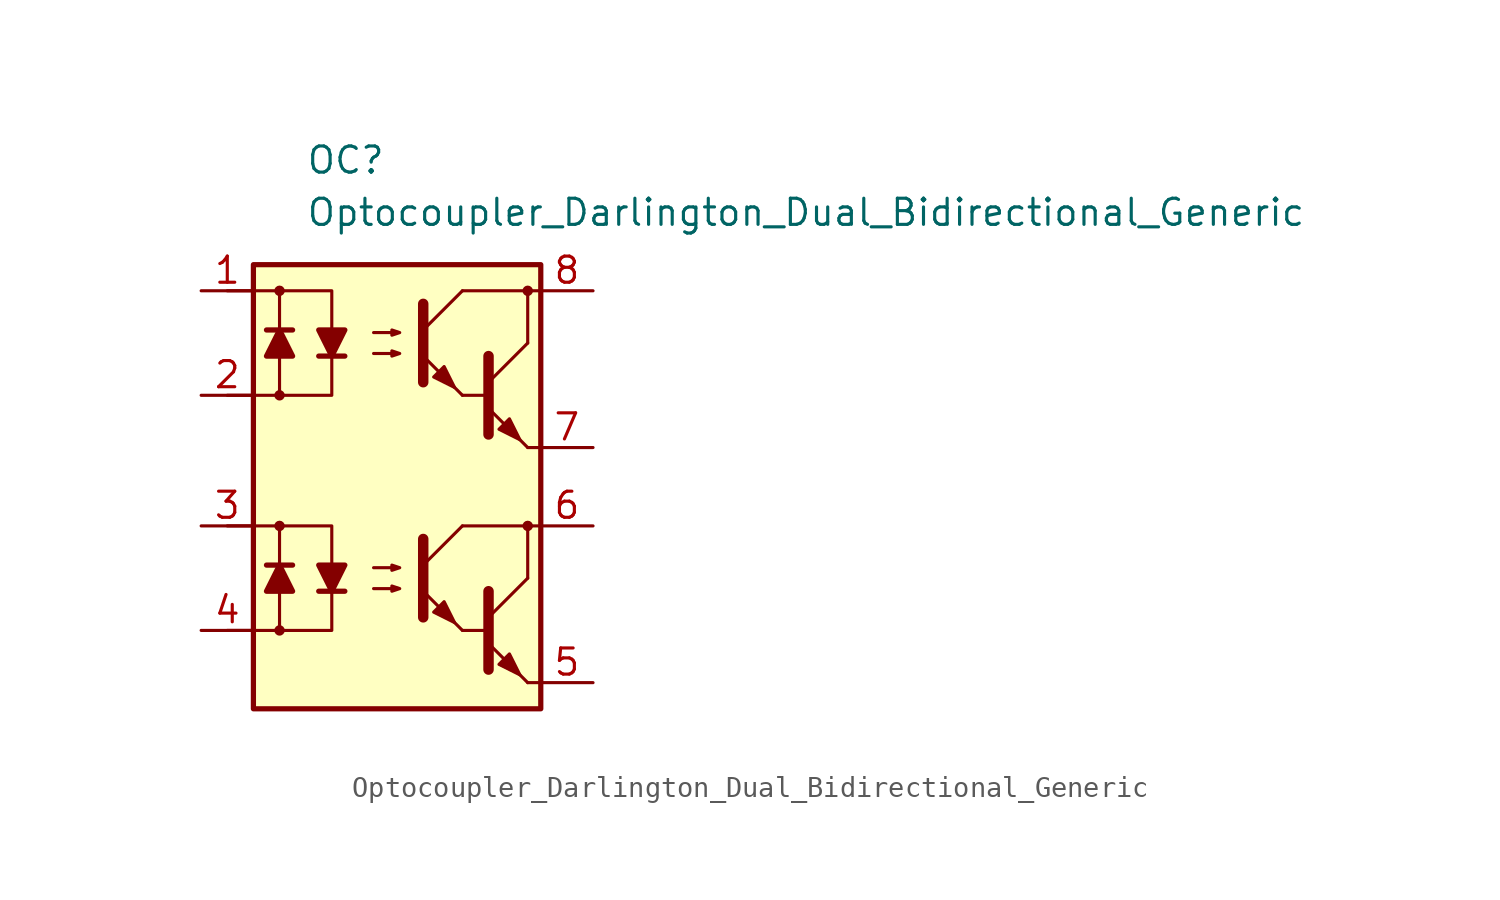
<source format=kicad_sym>
(kicad_symbol_lib
  (version 20231120)
  (generator "kicad_symbol_editor")
  (generator_version "8.0")
  (symbol "Optocoupler_Darlington_Dual_Bidirectional_Generic"
    (pin_names
      (offset 1.016))
    (property "Reference" "OC"
      (at -3.81 15.24 0)
      (effects (font (size 1.27 1.27)) (justify left)))
    (property "Value" "Optocoupler_Darlington_Dual_Bidirectional_Generic"
      (at -3.81 12.7 0)
      (effects (font (size 1.27 1.27)) (justify left)))
    (symbol "Optocoupler_Darlington_Dual_Bidirectional_Generic_0_1"
      (rectangle (start -6.35 10.16) (end 7.62 -11.43) (stroke (width 0.254) (type default)) (fill (type background)))
      (polyline (pts (xy 3.81 3.81) (xy 5.08 3.81)) (stroke (width 0) (type default)) (fill (type none)))
      (polyline (pts (xy 5.08 4.445) (xy 6.985 6.35)) (stroke (width 0) (type default)) (fill (type none)))
      (polyline (pts (xy 6.985 1.27) (xy 5.08 3.175)) (stroke (width 0) (type default)) (fill (type outline)))
      (polyline (pts (xy 6.985 1.27) (xy 7.62 1.27)) (stroke (width 0) (type default)) (fill (type none)))
      (polyline (pts (xy 6.985 6.35) (xy 6.985 8.89)) (stroke (width 0) (type default)) (fill (type none)))
      (polyline (pts (xy 7.62 8.89) (xy 3.81 8.89)) (stroke (width 0) (type default)) (fill (type none)))
      (polyline (pts (xy 5.08 5.715) (xy 5.08 1.905) (xy 5.08 1.905)) (stroke (width 0.508) (type default)) (fill (type none)))
      (polyline (pts (xy -0.508 5.842) (xy 0.762 5.842) (xy 0.381 5.715) (xy 0.381 5.969) (xy 0.762 5.842)) (stroke (width 0) (type default)) (fill (type none)))
      (polyline (pts (xy -0.508 6.858) (xy 0.762 6.858) (xy 0.381 6.731) (xy 0.381 6.985) (xy 0.762 6.858)) (stroke (width 0) (type default)) (fill (type none)))
      (polyline (pts (xy 5.588 2.159) (xy 6.096 2.667) (xy 6.604 1.651) (xy 5.588 2.159) (xy 5.588 2.159)) (stroke (width 0) (type default)) (fill (type outline)))
      (circle (center 6.985 8.89) (radius 0.178) (stroke (width 0) (type default)) (fill (type outline))))
    (symbol "Optocoupler_Darlington_Dual_Bidirectional_Generic_1_1"
      (circle (center -5.08 -7.62) (radius 0.178) (stroke (width 0) (type default)) (fill (type outline)))
      (circle (center -5.08 -2.54) (radius 0.178) (stroke (width 0) (type default)) (fill (type outline)))
      (circle (center -5.08 3.81) (radius 0.178) (stroke (width 0) (type default)) (fill (type outline)))
      (circle (center -5.08 8.89) (radius 0.178) (stroke (width 0) (type default)) (fill (type outline)))
      (polyline (pts (xy -4.445 -4.445) (xy -5.715 -4.445)) (stroke (width 0.254) (type default)) (fill (type none)))
      (polyline (pts (xy -4.445 6.985) (xy -5.715 6.985)) (stroke (width 0.254) (type default)) (fill (type none)))
      (polyline (pts (xy -3.175 -5.715) (xy -1.905 -5.715)) (stroke (width 0.254) (type default)) (fill (type none)))
      (polyline (pts (xy -3.175 5.715) (xy -1.905 5.715)) (stroke (width 0.254) (type default)) (fill (type none)))
      (polyline (pts (xy 1.905 -4.445) (xy 3.81 -2.54)) (stroke (width 0) (type default)) (fill (type none)))
      (polyline (pts (xy 1.905 6.985) (xy 3.81 8.89)) (stroke (width 0) (type default)) (fill (type none)))
      (polyline (pts (xy 3.81 -7.62) (xy 1.905 -5.715)) (stroke (width 0) (type default)) (fill (type outline)))
      (polyline (pts (xy 3.81 -7.62) (xy 5.08 -7.62)) (stroke (width 0) (type default)) (fill (type none)))
      (polyline (pts (xy 3.81 3.81) (xy 1.905 5.715)) (stroke (width 0) (type default)) (fill (type outline)))
      (polyline (pts (xy 5.08 -6.985) (xy 6.985 -5.08)) (stroke (width 0) (type default)) (fill (type none)))
      (polyline (pts (xy 6.985 -10.16) (xy 5.08 -8.255)) (stroke (width 0) (type default)) (fill (type outline)))
      (polyline (pts (xy 6.985 -10.16) (xy 7.62 -10.16)) (stroke (width 0) (type default)) (fill (type none)))
      (polyline (pts (xy 6.985 -5.08) (xy 6.985 -2.54)) (stroke (width 0) (type default)) (fill (type none)))
      (polyline (pts (xy 7.62 -2.54) (xy 3.81 -2.54)) (stroke (width 0) (type default)) (fill (type none)))
      (polyline (pts (xy -7.62 -2.54) (xy -5.08 -2.54) (xy -5.08 -5.715)) (stroke (width 0) (type default)) (fill (type none)))
      (polyline (pts (xy -7.62 8.89) (xy -5.08 8.89) (xy -5.08 5.715)) (stroke (width 0) (type default)) (fill (type none)))
      (polyline (pts (xy -5.08 -5.715) (xy -5.08 -7.62) (xy -7.62 -7.62)) (stroke (width 0) (type default)) (fill (type none)))
      (polyline (pts (xy -5.08 -2.54) (xy -2.54 -2.54) (xy -2.54 -5.715)) (stroke (width 0) (type default)) (fill (type none)))
      (polyline (pts (xy -5.08 5.715) (xy -5.08 3.81) (xy -7.62 3.81)) (stroke (width 0) (type default)) (fill (type none)))
      (polyline (pts (xy -5.08 8.89) (xy -2.54 8.89) (xy -2.54 5.715)) (stroke (width 0) (type default)) (fill (type none)))
      (polyline (pts (xy -2.54 -5.715) (xy -2.54 -7.62) (xy -5.08 -7.62)) (stroke (width 0) (type default)) (fill (type none)))
      (polyline (pts (xy -2.54 5.715) (xy -2.54 3.81) (xy -5.08 3.81)) (stroke (width 0) (type default)) (fill (type none)))
      (polyline (pts (xy 1.905 -3.175) (xy 1.905 -6.985) (xy 1.905 -6.985)) (stroke (width 0.508) (type default)) (fill (type none)))
      (polyline (pts (xy 1.905 8.255) (xy 1.905 4.445) (xy 1.905 4.445)) (stroke (width 0.508) (type default)) (fill (type none)))
      (polyline (pts (xy 5.08 -5.715) (xy 5.08 -9.525) (xy 5.08 -9.525)) (stroke (width 0.508) (type default)) (fill (type none)))
      (polyline (pts (xy -5.08 -4.445) (xy -4.445 -5.715) (xy -5.715 -5.715) (xy -5.08 -4.445)) (stroke (width 0.254) (type default)) (fill (type outline)))
      (polyline (pts (xy -5.08 6.985) (xy -4.445 5.715) (xy -5.715 5.715) (xy -5.08 6.985)) (stroke (width 0.254) (type default)) (fill (type outline)))
      (polyline (pts (xy -2.54 -5.715) (xy -3.175 -4.445) (xy -1.905 -4.445) (xy -2.54 -5.715)) (stroke (width 0.254) (type default)) (fill (type outline)))
      (polyline (pts (xy -2.54 5.715) (xy -3.175 6.985) (xy -1.905 6.985) (xy -2.54 5.715)) (stroke (width 0.254) (type default)) (fill (type outline)))
      (polyline (pts (xy -0.508 -5.588) (xy 0.762 -5.588) (xy 0.381 -5.715) (xy 0.381 -5.461) (xy 0.762 -5.588)) (stroke (width 0) (type default)) (fill (type none)))
      (polyline (pts (xy -0.508 -4.572) (xy 0.762 -4.572) (xy 0.381 -4.699) (xy 0.381 -4.445) (xy 0.762 -4.572)) (stroke (width 0) (type default)) (fill (type none)))
      (polyline (pts (xy 2.413 -6.731) (xy 2.921 -6.223) (xy 3.429 -7.239) (xy 2.413 -6.731) (xy 2.413 -6.731)) (stroke (width 0) (type default)) (fill (type outline)))
      (polyline (pts (xy 2.413 4.699) (xy 2.921 5.207) (xy 3.429 4.191) (xy 2.413 4.699) (xy 2.413 4.699)) (stroke (width 0) (type default)) (fill (type outline)))
      (polyline (pts (xy 5.588 -9.271) (xy 6.096 -8.763) (xy 6.604 -9.779) (xy 5.588 -9.271) (xy 5.588 -9.271)) (stroke (width 0) (type default)) (fill (type outline)))
      (circle (center 6.985 -2.54) (radius 0.178) (stroke (width 0) (type default)) (fill (type outline)))
      (pin passive line (at -8.89 8.89 0) (length 2.54) (name "~" (effects (font (size 1.27 1.27)))) (number "1" (effects (font (size 1.27 1.27)))))
      (pin passive line (at -8.89 3.81 0) (length 2.54) (name "~" (effects (font (size 1.27 1.27)))) (number "2" (effects (font (size 1.27 1.27)))))
      (pin passive line (at -8.89 -2.54 0) (length 2.54) (name "~" (effects (font (size 1.27 1.27)))) (number "3" (effects (font (size 1.27 1.27)))))
      (pin passive line (at -8.89 -7.62 0) (length 2.54) (name "~" (effects (font (size 1.27 1.27)))) (number "4" (effects (font (size 1.27 1.27)))))
      (pin passive line (at 10.16 -10.16 180) (length 2.54) (name "~" (effects (font (size 1.27 1.27)))) (number "5" (effects (font (size 1.27 1.27)))))
      (pin passive line (at 10.16 -2.54 180) (length 2.54) (name "~" (effects (font (size 1.27 1.27)))) (number "6" (effects (font (size 1.27 1.27)))))
      (pin passive line (at 10.16 1.27 180) (length 2.54) (name "~" (effects (font (size 1.27 1.27)))) (number "7" (effects (font (size 1.27 1.27)))))
      (pin passive line (at 10.16 8.89 180) (length 2.54) (name "~" (effects (font (size 1.27 1.27)))) (number "8" (effects (font (size 1.27 1.27))))))))
</source>
